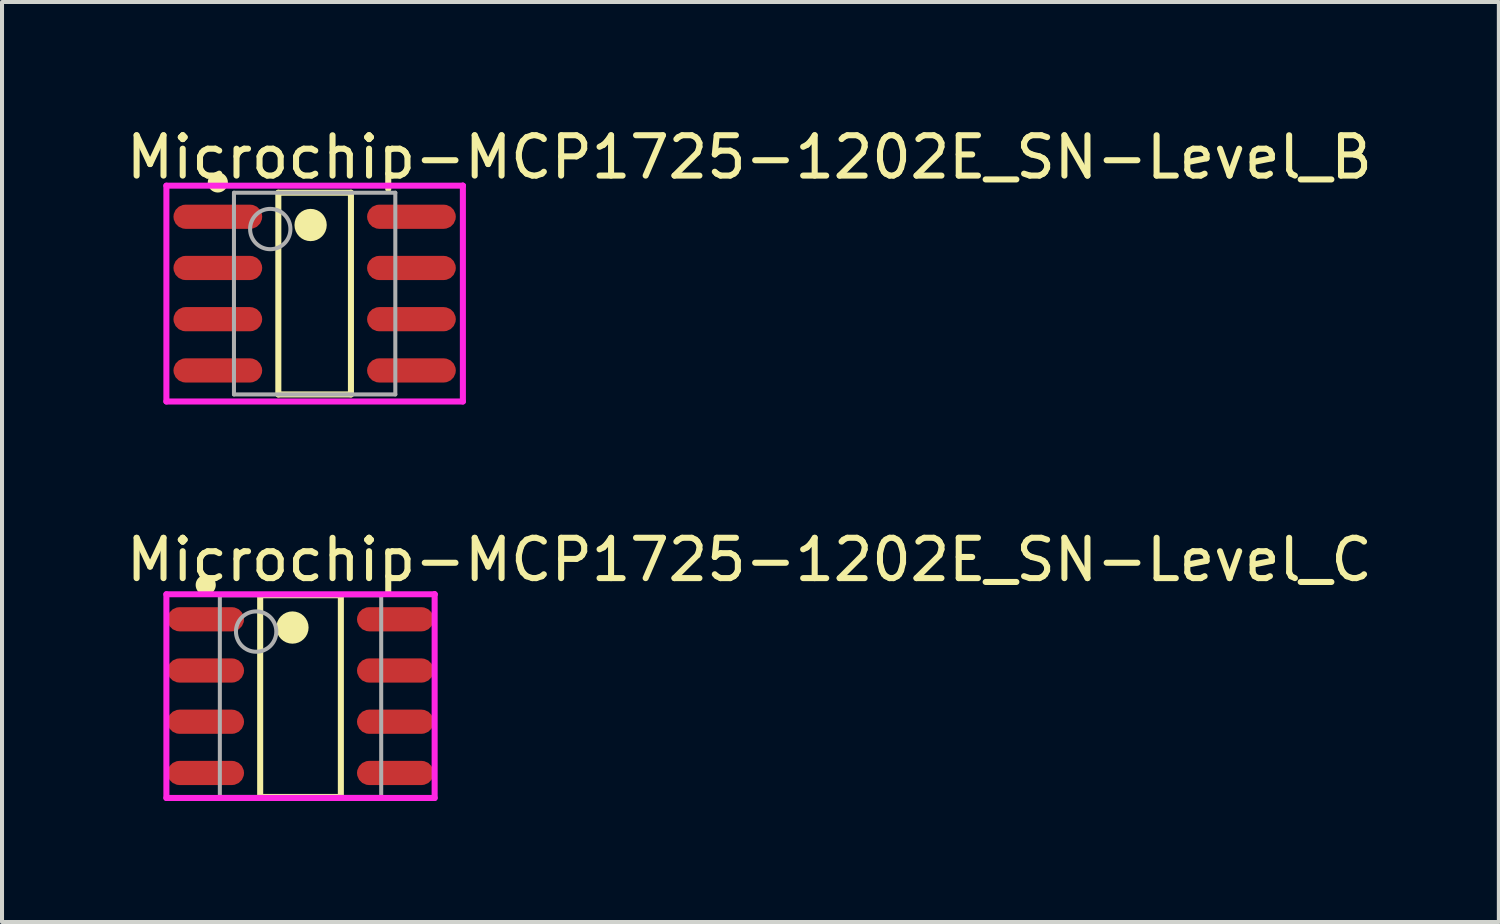
<source format=kicad_pcb>
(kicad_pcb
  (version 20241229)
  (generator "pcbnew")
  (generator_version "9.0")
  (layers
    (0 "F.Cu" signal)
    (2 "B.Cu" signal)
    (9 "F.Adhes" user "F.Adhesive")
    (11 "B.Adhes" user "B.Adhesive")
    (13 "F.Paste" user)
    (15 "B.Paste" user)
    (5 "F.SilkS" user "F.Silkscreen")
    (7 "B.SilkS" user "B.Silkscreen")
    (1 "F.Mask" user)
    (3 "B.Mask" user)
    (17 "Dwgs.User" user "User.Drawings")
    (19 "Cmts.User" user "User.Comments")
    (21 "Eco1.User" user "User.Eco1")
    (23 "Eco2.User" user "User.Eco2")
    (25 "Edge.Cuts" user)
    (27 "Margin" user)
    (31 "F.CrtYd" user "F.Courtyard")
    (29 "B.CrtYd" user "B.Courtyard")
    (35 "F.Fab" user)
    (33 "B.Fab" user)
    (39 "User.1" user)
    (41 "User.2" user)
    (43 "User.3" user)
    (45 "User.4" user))
  (footprint "Microchip-MCP1725-1202E_SN-Level_B"
    (layer "F.Cu")
    (at 4.75 4.228)
    (property "Reference" "Microchip-MCP1725-1202E_SN-Level_B" (at -4.75 -3.38 0) (layer "F.SilkS") (effects (font (size 1 1) (thickness 0.15)) (justify left)))
    (attr through_hole)
    (fp_line (start -0.9 -2.5) (end 0.9 -2.5) (stroke (width 0.15) (type solid)) (layer "F.SilkS"))
    (fp_line (start -0.9 2.5) (end -0.9 -2.5) (stroke (width 0.15) (type solid)) (layer "F.SilkS"))
    (fp_line (start -0.9 2.5) (end 0.9 2.5) (stroke (width 0.15) (type solid)) (layer "F.SilkS"))
    (fp_line (start 0.9 2.5) (end 0.9 -2.5) (stroke (width 0.15) (type solid)) (layer "F.SilkS"))
    (fp_circle (center -2.4 -2.755) (end -2.275 -2.755) (stroke (width 0.25) (type solid)) (fill no) (layer "F.SilkS"))
    (fp_circle (center -0.1 -1.7) (end 0.1 -1.7) (stroke (width 0.4) (type solid)) (fill no) (layer "F.SilkS"))
    (fp_line (start -3.675 -2.675) (end -3.675 2.675) (stroke (width 0.15) (type solid)) (layer "F.CrtYd"))
    (fp_line (start -3.675 2.675) (end 3.675 2.675) (stroke (width 0.15) (type solid)) (layer "F.CrtYd"))
    (fp_line (start 3.675 -2.675) (end -3.675 -2.675) (stroke (width 0.15) (type solid)) (layer "F.CrtYd"))
    (fp_line (start 3.675 -2.675) (end 3.675 -2.675) (stroke (width 0.15) (type solid)) (layer "F.CrtYd"))
    (fp_line (start 3.675 2.675) (end 3.675 -2.675) (stroke (width 0.15) (type solid)) (layer "F.CrtYd"))
    (fp_line (start -2 -2.5) (end 2 -2.5) (stroke (width 0.1) (type solid)) (layer "F.Fab"))
    (fp_line (start -2 2.5) (end -2 -2.5) (stroke (width 0.1) (type solid)) (layer "F.Fab"))
    (fp_line (start -2 2.5) (end 2 2.5) (stroke (width 0.1) (type solid)) (layer "F.Fab"))
    (fp_line (start 2 2.5) (end 2 -2.5) (stroke (width 0.1) (type solid)) (layer "F.Fab"))
    (fp_circle (center -1.1 -1.6) (end -0.6 -1.6) (stroke (width 0.1) (type solid)) (fill no) (layer "F.Fab"))
    (pad "1" smd roundrect (at -2.4 -1.905 270) (size 0.6 2.2) (layers "F.Cu" "F.Mask" "F.Paste") (roundrect_rratio 0.5))
    (pad "2" smd roundrect (at -2.4 -0.635 270) (size 0.6 2.2) (layers "F.Cu" "F.Mask" "F.Paste") (roundrect_rratio 0.5))
    (pad "3" smd roundrect (at -2.4 0.635 270) (size 0.6 2.2) (layers "F.Cu" "F.Mask" "F.Paste") (roundrect_rratio 0.5))
    (pad "4" smd roundrect (at -2.4 1.905 270) (size 0.6 2.2) (layers "F.Cu" "F.Mask" "F.Paste") (roundrect_rratio 0.5))
    (pad "5" smd roundrect (at 2.4 1.905 270) (size 0.6 2.2) (layers "F.Cu" "F.Mask" "F.Paste") (roundrect_rratio 0.5))
    (pad "6" smd roundrect (at 2.4 0.635 270) (size 0.6 2.2) (layers "F.Cu" "F.Mask" "F.Paste") (roundrect_rratio 0.5))
    (pad "7" smd roundrect (at 2.4 -0.635 270) (size 0.6 2.2) (layers "F.Cu" "F.Mask" "F.Paste") (roundrect_rratio 0.5))
    (pad "8" smd roundrect (at 2.4 -1.905 270) (size 0.6 2.2) (layers "F.Cu" "F.Mask" "F.Paste") (roundrect_rratio 0.5)))
  (footprint "Microchip-MCP1725-1202E_SN-Level_C"
    (layer "F.Cu")
    (at 4.4 14.207)
    (property "Reference" "Microchip-MCP1725-1202E_SN-Level_C" (at -4.4 -3.38 0) (layer "F.SilkS") (effects (font (size 1 1) (thickness 0.15)) (justify left)))
    (attr through_hole)
    (fp_line (start -1 -2.5) (end 1 -2.5) (stroke (width 0.15) (type solid)) (layer "F.SilkS"))
    (fp_line (start -1 2.5) (end -1 -2.5) (stroke (width 0.15) (type solid)) (layer "F.SilkS"))
    (fp_line (start -1 2.5) (end 1 2.5) (stroke (width 0.15) (type solid)) (layer "F.SilkS"))
    (fp_line (start 1 2.5) (end 1 -2.5) (stroke (width 0.15) (type solid)) (layer "F.SilkS"))
    (fp_circle (center -2.35 -2.755) (end -2.225 -2.755) (stroke (width 0.25) (type solid)) (fill no) (layer "F.SilkS"))
    (fp_circle (center -0.2 -1.7) (end 0 -1.7) (stroke (width 0.4) (type solid)) (fill no) (layer "F.SilkS"))
    (fp_line (start -3.325 -2.525) (end -3.325 2.525) (stroke (width 0.15) (type solid)) (layer "F.CrtYd"))
    (fp_line (start -3.325 2.525) (end 3.325 2.525) (stroke (width 0.15) (type solid)) (layer "F.CrtYd"))
    (fp_line (start 3.325 -2.525) (end -3.325 -2.525) (stroke (width 0.15) (type solid)) (layer "F.CrtYd"))
    (fp_line (start 3.325 -2.525) (end 3.325 -2.525) (stroke (width 0.15) (type solid)) (layer "F.CrtYd"))
    (fp_line (start 3.325 2.525) (end 3.325 -2.525) (stroke (width 0.15) (type solid)) (layer "F.CrtYd"))
    (fp_line (start -2 -2.5) (end 2 -2.5) (stroke (width 0.1) (type solid)) (layer "F.Fab"))
    (fp_line (start -2 2.5) (end -2 -2.5) (stroke (width 0.1) (type solid)) (layer "F.Fab"))
    (fp_line (start -2 2.5) (end 2 2.5) (stroke (width 0.1) (type solid)) (layer "F.Fab"))
    (fp_line (start 2 2.5) (end 2 -2.5) (stroke (width 0.1) (type solid)) (layer "F.Fab"))
    (fp_circle (center -1.1 -1.6) (end -0.6 -1.6) (stroke (width 0.1) (type solid)) (fill no) (layer "F.Fab"))
    (pad "1" smd roundrect (at -2.35 -1.905 270) (size 0.6 1.9) (layers "F.Cu" "F.Mask" "F.Paste") (roundrect_rratio 0.5))
    (pad "2" smd roundrect (at -2.35 -0.635 270) (size 0.6 1.9) (layers "F.Cu" "F.Mask" "F.Paste") (roundrect_rratio 0.5))
    (pad "3" smd roundrect (at -2.35 0.635 270) (size 0.6 1.9) (layers "F.Cu" "F.Mask" "F.Paste") (roundrect_rratio 0.5))
    (pad "4" smd roundrect (at -2.35 1.905 270) (size 0.6 1.9) (layers "F.Cu" "F.Mask" "F.Paste") (roundrect_rratio 0.5))
    (pad "5" smd roundrect (at 2.35 1.905 270) (size 0.6 1.9) (layers "F.Cu" "F.Mask" "F.Paste") (roundrect_rratio 0.5))
    (pad "6" smd roundrect (at 2.35 0.635 270) (size 0.6 1.9) (layers "F.Cu" "F.Mask" "F.Paste") (roundrect_rratio 0.5))
    (pad "7" smd roundrect (at 2.35 -0.635 270) (size 0.6 1.9) (layers "F.Cu" "F.Mask" "F.Paste") (roundrect_rratio 0.5))
    (pad "8" smd roundrect (at 2.35 -1.905 270) (size 0.6 1.9) (layers "F.Cu" "F.Mask" "F.Paste") (roundrect_rratio 0.5)))
  (gr_rect
    (start -3 -3)
    (end 34.107 19.807)
    (stroke (width 0.1) (type default))
    (fill no)
    (layer "Edge.Cuts")))
</source>
